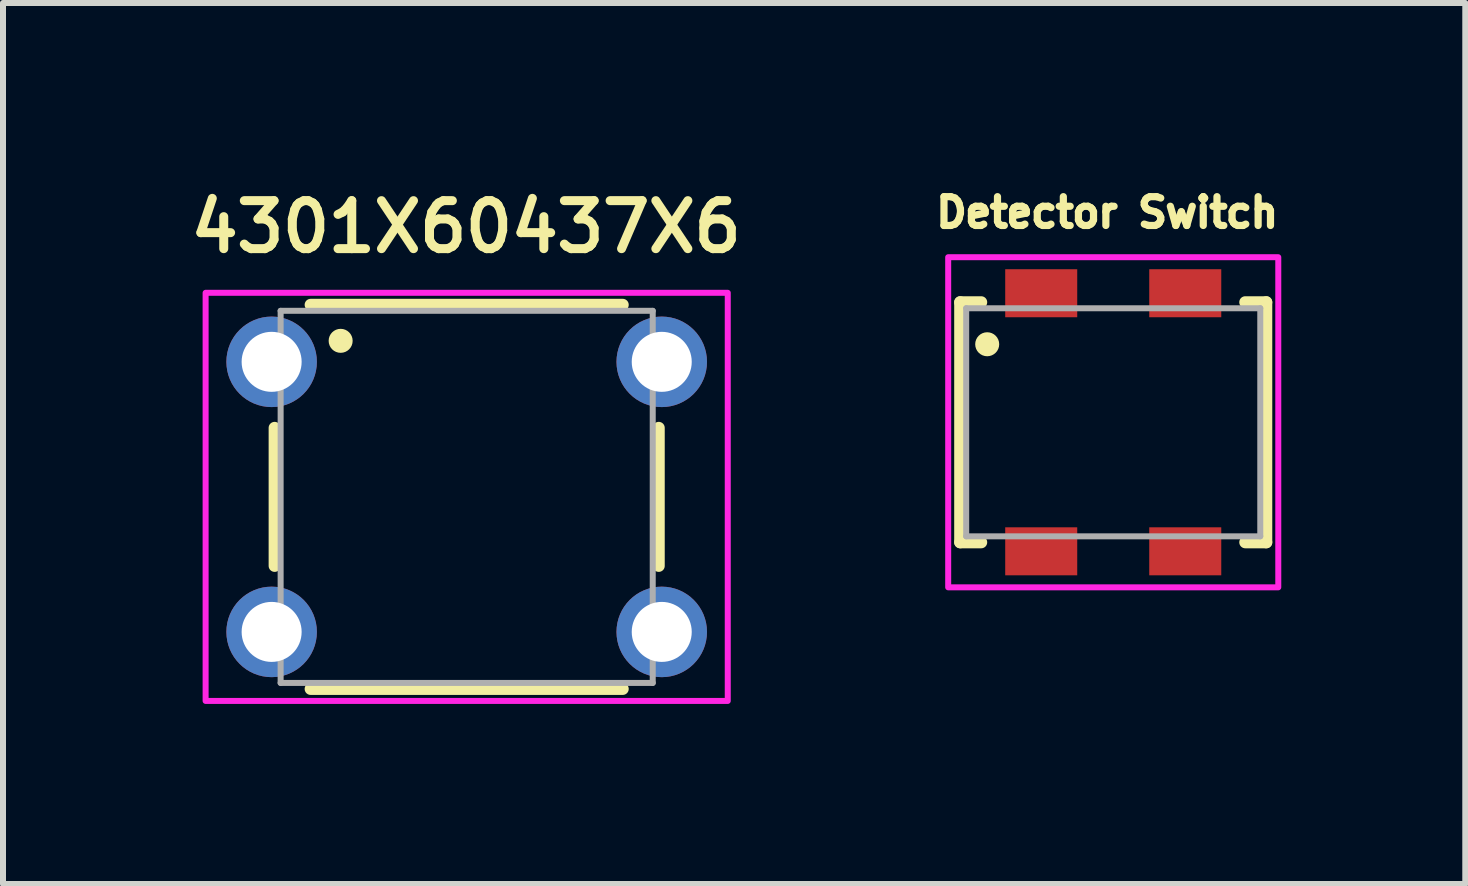
<source format=kicad_pcb>
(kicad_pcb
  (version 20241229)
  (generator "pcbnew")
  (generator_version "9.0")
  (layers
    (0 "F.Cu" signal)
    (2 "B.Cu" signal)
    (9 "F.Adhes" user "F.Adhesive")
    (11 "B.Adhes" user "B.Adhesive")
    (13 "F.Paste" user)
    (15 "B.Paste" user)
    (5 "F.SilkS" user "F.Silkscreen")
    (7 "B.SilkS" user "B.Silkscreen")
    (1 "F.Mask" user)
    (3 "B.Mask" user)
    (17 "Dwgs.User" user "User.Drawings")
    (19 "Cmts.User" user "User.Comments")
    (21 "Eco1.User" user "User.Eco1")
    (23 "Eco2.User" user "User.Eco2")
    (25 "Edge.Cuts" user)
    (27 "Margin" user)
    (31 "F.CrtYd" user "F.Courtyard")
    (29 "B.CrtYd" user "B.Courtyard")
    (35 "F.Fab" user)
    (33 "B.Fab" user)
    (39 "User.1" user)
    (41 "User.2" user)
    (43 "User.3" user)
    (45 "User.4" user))
  (footprint "4301X60437X6"
    (layer "F.Cu")
    (at 4.726 5.229)
    (property "Reference" "4301X60437X6" (at -0.01 -4.498 0) (layer "F.SilkS") (effects (font (size 0.8 0.8) (thickness 0.15))))
    (attr through_hole)
    (fp_line (start -3.2 -1.15) (end -3.2 1.15) (stroke (width 0.2) (type solid)) (layer "F.SilkS"))
    (fp_line (start -2.6 -3.2) (end 2.6 -3.2) (stroke (width 0.2) (type solid)) (layer "F.SilkS"))
    (fp_line (start -2.6 3.2) (end 2.6 3.2) (stroke (width 0.2) (type solid)) (layer "F.SilkS"))
    (fp_line (start 3.2 -1.15) (end 3.2 1.15) (stroke (width 0.2) (type solid)) (layer "F.SilkS"))
    (fp_circle (center -2.1 -2.6) (end -2 -2.6) (stroke (width 0.2) (type solid)) (fill no) (layer "F.SilkS"))
    (fp_poly (pts (xy -4.35 -3.4) (xy 4.35 -3.4) (xy 4.35 3.4) (xy -4.35 3.4)) (stroke (width 0.1) (type solid)) (fill no) (layer "F.CrtYd"))
    (fp_line (start -3.1 -3.1) (end 3.1 -3.1) (stroke (width 0.1) (type solid)) (layer "F.Fab"))
    (fp_line (start -3.1 3.1) (end -3.1 -3.1) (stroke (width 0.1) (type solid)) (layer "F.Fab"))
    (fp_line (start 3.1 -3.1) (end 3.1 3.1) (stroke (width 0.1) (type solid)) (layer "F.Fab"))
    (fp_line (start 3.1 3.1) (end -3.1 3.1) (stroke (width 0.1) (type solid)) (layer "F.Fab"))
    (pad "1" thru_hole circle (at -3.25 -2.25) (size 1.508 1.508) (drill 1) (layers "*.Cu" "*.Mask"))
    (pad "2" thru_hole circle (at -3.25 2.25) (size 1.508 1.508) (drill 1) (layers "*.Cu" "*.Mask"))
    (pad "3" thru_hole circle (at 3.25 -2.25) (size 1.508 1.508) (drill 1) (layers "*.Cu" "*.Mask"))
    (pad "4" thru_hole circle (at 3.25 2.25) (size 1.508 1.508) (drill 1) (layers "*.Cu" "*.Mask")))
  (footprint "Detector Switch"
    (layer "F.Cu")
    (at 15.499 3.986)
    (property "Reference" "Detector Switch" (at -0.1 -3.495 0) (layer "F.SilkS") (effects (font (size 0.48 0.48) (thickness 0.15))))
    (attr smd)
    (fp_line (start -2.55 -2) (end -2.55 2) (stroke (width 0.2) (type solid)) (layer "F.SilkS"))
    (fp_line (start -2.55 2) (end -2.2 2) (stroke (width 0.2) (type solid)) (layer "F.SilkS"))
    (fp_line (start -2.2 -2) (end -2.55 -2) (stroke (width 0.2) (type solid)) (layer "F.SilkS"))
    (fp_line (start 2.2 -2) (end 2.55 -2) (stroke (width 0.2) (type solid)) (layer "F.SilkS"))
    (fp_line (start 2.55 -2) (end 2.55 2) (stroke (width 0.2) (type solid)) (layer "F.SilkS"))
    (fp_line (start 2.55 2) (end 2.2 2) (stroke (width 0.2) (type solid)) (layer "F.SilkS"))
    (fp_circle (center -2.1 -1.3) (end -2 -1.3) (stroke (width 0.2) (type solid)) (fill no) (layer "F.SilkS"))
    (fp_poly (pts (xy -2.75 -2.75) (xy 2.75 -2.75) (xy 2.75 2.75) (xy -2.75 2.75)) (stroke (width 0.1) (type solid)) (fill no) (layer "F.CrtYd"))
    (fp_line (start -2.45 -1.9) (end 2.45 -1.9) (stroke (width 0.1) (type solid)) (layer "F.Fab"))
    (fp_line (start -2.45 1.9) (end -2.45 -1.9) (stroke (width 0.1) (type solid)) (layer "F.Fab"))
    (fp_line (start 2.45 -1.9) (end 2.45 1.9) (stroke (width 0.1) (type solid)) (layer "F.Fab"))
    (fp_line (start 2.45 1.9) (end -2.45 1.9) (stroke (width 0.1) (type solid)) (layer "F.Fab"))
    (pad "1" smd rect (at -1.2 -2.15) (size 1.2 0.8) (layers "F.Cu" "F.Mask" "F.Paste"))
    (pad "2" smd rect (at 1.2 -2.15) (size 1.2 0.8) (layers "F.Cu" "F.Mask" "F.Paste"))
    (pad "3" smd rect (at -1.2 2.15) (size 1.2 0.8) (layers "F.Cu" "F.Mask" "F.Paste"))
    (pad "4" smd rect (at 1.2 2.15) (size 1.2 0.8) (layers "F.Cu" "F.Mask" "F.Paste")))
  (gr_rect
    (start -3 -3)
    (end 21.365 11.679)
    (stroke (width 0.1) (type default))
    (fill no)
    (layer "Edge.Cuts")))
</source>
